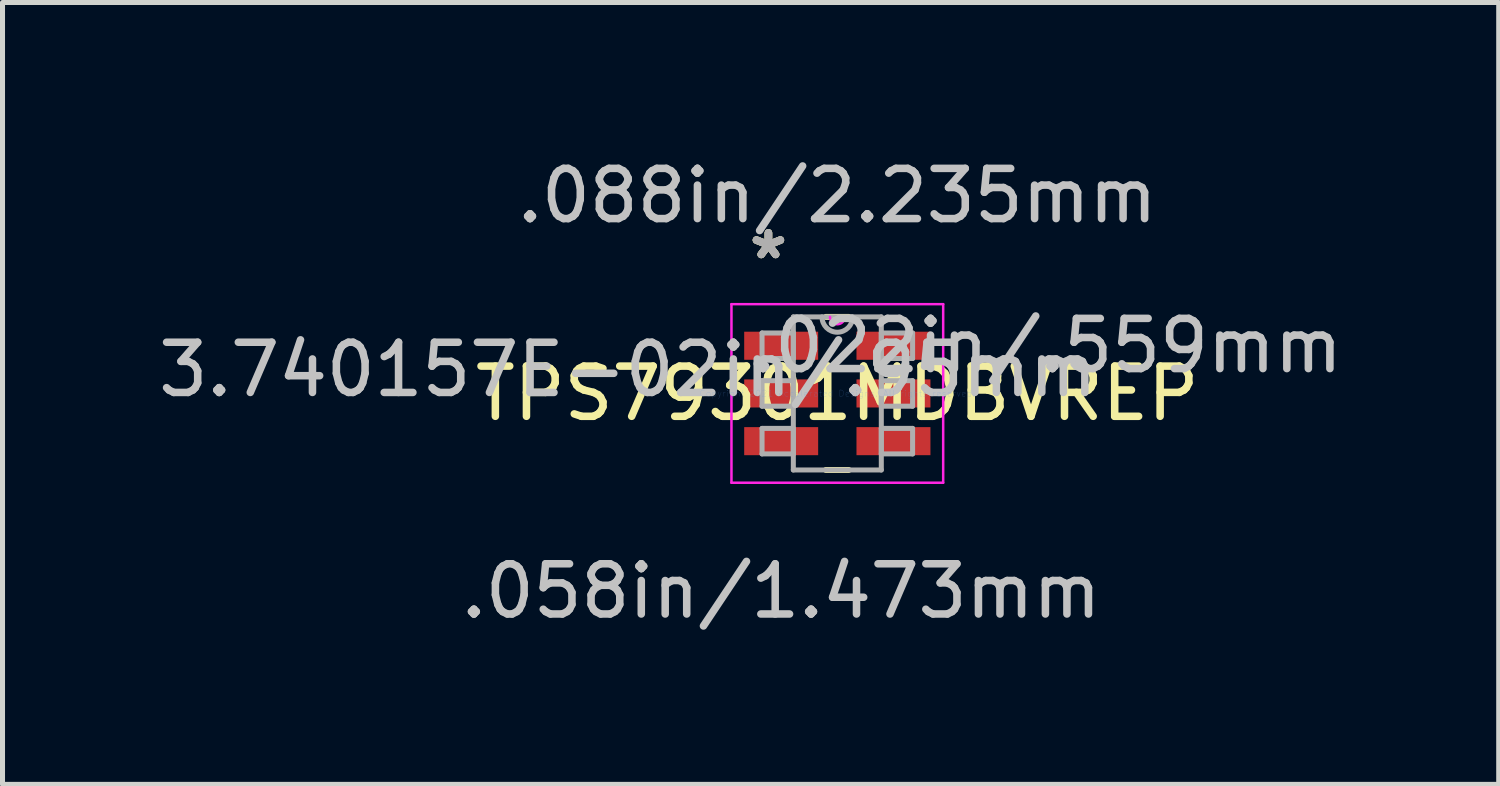
<source format=kicad_pcb>
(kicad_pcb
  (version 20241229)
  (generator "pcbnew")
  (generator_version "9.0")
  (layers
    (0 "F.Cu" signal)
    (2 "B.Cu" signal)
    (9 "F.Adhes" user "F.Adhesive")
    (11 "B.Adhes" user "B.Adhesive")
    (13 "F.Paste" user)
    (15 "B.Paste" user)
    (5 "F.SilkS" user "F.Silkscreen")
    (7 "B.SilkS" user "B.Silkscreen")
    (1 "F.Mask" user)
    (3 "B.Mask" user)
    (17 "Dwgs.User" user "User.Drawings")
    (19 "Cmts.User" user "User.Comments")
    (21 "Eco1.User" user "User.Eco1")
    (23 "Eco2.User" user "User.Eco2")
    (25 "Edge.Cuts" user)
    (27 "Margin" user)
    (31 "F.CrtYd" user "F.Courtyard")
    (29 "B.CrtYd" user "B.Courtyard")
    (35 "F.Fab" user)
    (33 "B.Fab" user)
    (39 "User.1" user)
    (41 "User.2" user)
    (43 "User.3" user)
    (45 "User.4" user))
  (footprint "TPS79301MDBVREP"
    (layer "F.Cu")
    (at 13.624 4.785)
    (property "Reference" "TPS79301MDBVREP" (at 0 0 0) (layer "F.SilkS") (effects (font (size 1 1) (thickness 0.15))))
    (attr through_hole)
    (fp_line (start -0.226 1.524) (end 0.226 1.524) (stroke (width 0.12) (type solid)) (layer "F.SilkS"))
    (fp_line (start 0.226 -1.524) (end -0.226 -1.524) (stroke (width 0.12) (type solid)) (layer "F.SilkS"))
    (fp_line (start -2.108 -1.778) (end 2.108 -1.778) (stroke (width 0.05) (type solid)) (layer "F.CrtYd"))
    (fp_line (start -2.108 1.778) (end -2.108 -1.778) (stroke (width 0.05) (type solid)) (layer "F.CrtYd"))
    (fp_line (start 2.108 -1.778) (end 2.108 1.778) (stroke (width 0.05) (type solid)) (layer "F.CrtYd"))
    (fp_line (start 2.108 1.778) (end -2.108 1.778) (stroke (width 0.05) (type solid)) (layer "F.CrtYd"))
    (fp_arc (start 0.14605 -1.524) (mid 0 -1.37795) (end -0.14605 -1.524) (stroke (width 0.05) (type solid)) (layer "F.CrtYd"))
    (fp_line (start -1.499 -1.204) (end -1.499 -0.696) (stroke (width 0.1) (type solid)) (layer "F.Fab"))
    (fp_line (start -1.499 -0.696) (end -0.876 -0.696) (stroke (width 0.1) (type solid)) (layer "F.Fab"))
    (fp_line (start -1.499 -0.254) (end -1.499 0.254) (stroke (width 0.1) (type solid)) (layer "F.Fab"))
    (fp_line (start -1.499 0.254) (end -0.876 0.254) (stroke (width 0.1) (type solid)) (layer "F.Fab"))
    (fp_line (start -1.499 0.696) (end -1.499 1.204) (stroke (width 0.1) (type solid)) (layer "F.Fab"))
    (fp_line (start -1.499 1.204) (end -0.876 1.204) (stroke (width 0.1) (type solid)) (layer "F.Fab"))
    (fp_line (start -0.876 -1.524) (end -0.876 1.524) (stroke (width 0.1) (type solid)) (layer "F.Fab"))
    (fp_line (start -0.876 -1.204) (end -1.499 -1.204) (stroke (width 0.1) (type solid)) (layer "F.Fab"))
    (fp_line (start -0.876 -0.696) (end -0.876 -1.204) (stroke (width 0.1) (type solid)) (layer "F.Fab"))
    (fp_line (start -0.876 -0.254) (end -1.499 -0.254) (stroke (width 0.1) (type solid)) (layer "F.Fab"))
    (fp_line (start -0.876 0.254) (end -0.876 -0.254) (stroke (width 0.1) (type solid)) (layer "F.Fab"))
    (fp_line (start -0.876 0.696) (end -1.499 0.696) (stroke (width 0.1) (type solid)) (layer "F.Fab"))
    (fp_line (start -0.876 1.204) (end -0.876 0.696) (stroke (width 0.1) (type solid)) (layer "F.Fab"))
    (fp_line (start -0.876 1.524) (end 0.876 1.524) (stroke (width 0.1) (type solid)) (layer "F.Fab"))
    (fp_line (start 0.876 -1.524) (end -0.876 -1.524) (stroke (width 0.1) (type solid)) (layer "F.Fab"))
    (fp_line (start 0.876 -1.204) (end 0.876 -0.696) (stroke (width 0.1) (type solid)) (layer "F.Fab"))
    (fp_line (start 0.876 -0.696) (end 1.499 -0.696) (stroke (width 0.1) (type solid)) (layer "F.Fab"))
    (fp_line (start 0.876 -0.254) (end 0.876 0.254) (stroke (width 0.1) (type solid)) (layer "F.Fab"))
    (fp_line (start 0.876 0.254) (end 1.499 0.254) (stroke (width 0.1) (type solid)) (layer "F.Fab"))
    (fp_line (start 0.876 0.696) (end 0.876 1.204) (stroke (width 0.1) (type solid)) (layer "F.Fab"))
    (fp_line (start 0.876 1.204) (end 1.499 1.204) (stroke (width 0.1) (type solid)) (layer "F.Fab"))
    (fp_line (start 0.876 1.524) (end 0.876 -1.524) (stroke (width 0.1) (type solid)) (layer "F.Fab"))
    (fp_line (start 1.499 -1.204) (end 0.876 -1.204) (stroke (width 0.1) (type solid)) (layer "F.Fab"))
    (fp_line (start 1.499 -0.696) (end 1.499 -1.204) (stroke (width 0.1) (type solid)) (layer "F.Fab"))
    (fp_line (start 1.499 -0.254) (end 0.876 -0.254) (stroke (width 0.1) (type solid)) (layer "F.Fab"))
    (fp_line (start 1.499 0.254) (end 1.499 -0.254) (stroke (width 0.1) (type solid)) (layer "F.Fab"))
    (fp_line (start 1.499 0.696) (end 0.876 0.696) (stroke (width 0.1) (type solid)) (layer "F.Fab"))
    (fp_line (start 1.499 1.204) (end 1.499 0.696) (stroke (width 0.1) (type solid)) (layer "F.Fab"))
    (fp_arc (start 0.3048 -1.524) (mid 0 -1.2192) (end -0.3048 -1.524) (stroke (width 0.1) (type solid)) (layer "F.Fab"))
    (fp_text user "*" (at -1.372 -2.652 0) (layer "F.SilkS") (effects (font (size 1 1) (thickness 0.15))))
    (fp_text user "*" (at -1.372 -2.652 0) (layer "F.SilkS") (effects (font (size 1 1) (thickness 0.15))))
    (fp_text user ".058in/1.473mm" (at -1.118 3.937 0) (layer "Dwgs.User") (effects (font (size 1 1) (thickness 0.15))))
    (fp_text user ".022in/.559mm" (at 4.166 -0.95 0) (layer "Dwgs.User") (effects (font (size 1 1) (thickness 0.15))))
    (fp_text user ".088in/2.235mm" (at 0 -3.937 0) (layer "Dwgs.User") (effects (font (size 1 1) (thickness 0.15))))
    (fp_text user "3.740157E-02in/.95mm" (at -4.166 -0.475 0) (layer "Dwgs.User") (effects (font (size 1 1) (thickness 0.15))))
    (fp_text user "Copyright 2021 Accelerated Designs. All rights reserved." (at 0 0 0) (layer "Cmts.User") (effects (font (size 0.127 0.127) (thickness 0.002))))
    (fp_text user "*" (at -1.372 -2.652 0) (layer "F.Fab") (effects (font (size 1 1) (thickness 0.15))))
    (fp_text user "*" (at -1.372 -2.652 0) (layer "F.Fab") (effects (font (size 1 1) (thickness 0.15))))
    (pad "1" smd rect (at -1.118 -0.95) (size 1.473 0.559) (layers "F.Cu" "F.Mask" "F.Paste"))
    (pad "2" smd rect (at -1.118 0) (size 1.473 0.559) (layers "F.Cu" "F.Mask" "F.Paste"))
    (pad "3" smd rect (at -1.118 0.95) (size 1.473 0.559) (layers "F.Cu" "F.Mask" "F.Paste"))
    (pad "4" smd rect (at 1.118 0.95) (size 1.473 0.559) (layers "F.Cu" "F.Mask" "F.Paste"))
    (pad "5" smd rect (at 1.118 0) (size 1.473 0.559) (layers "F.Cu" "F.Mask" "F.Paste"))
    (pad "6" smd rect (at 1.118 -0.95) (size 1.473 0.559) (layers "F.Cu" "F.Mask" "F.Paste")))
  (gr_rect
    (start -3 -3)
    (end 26.795 12.57)
    (stroke (width 0.1) (type default))
    (fill no)
    (layer "Edge.Cuts")))
</source>
